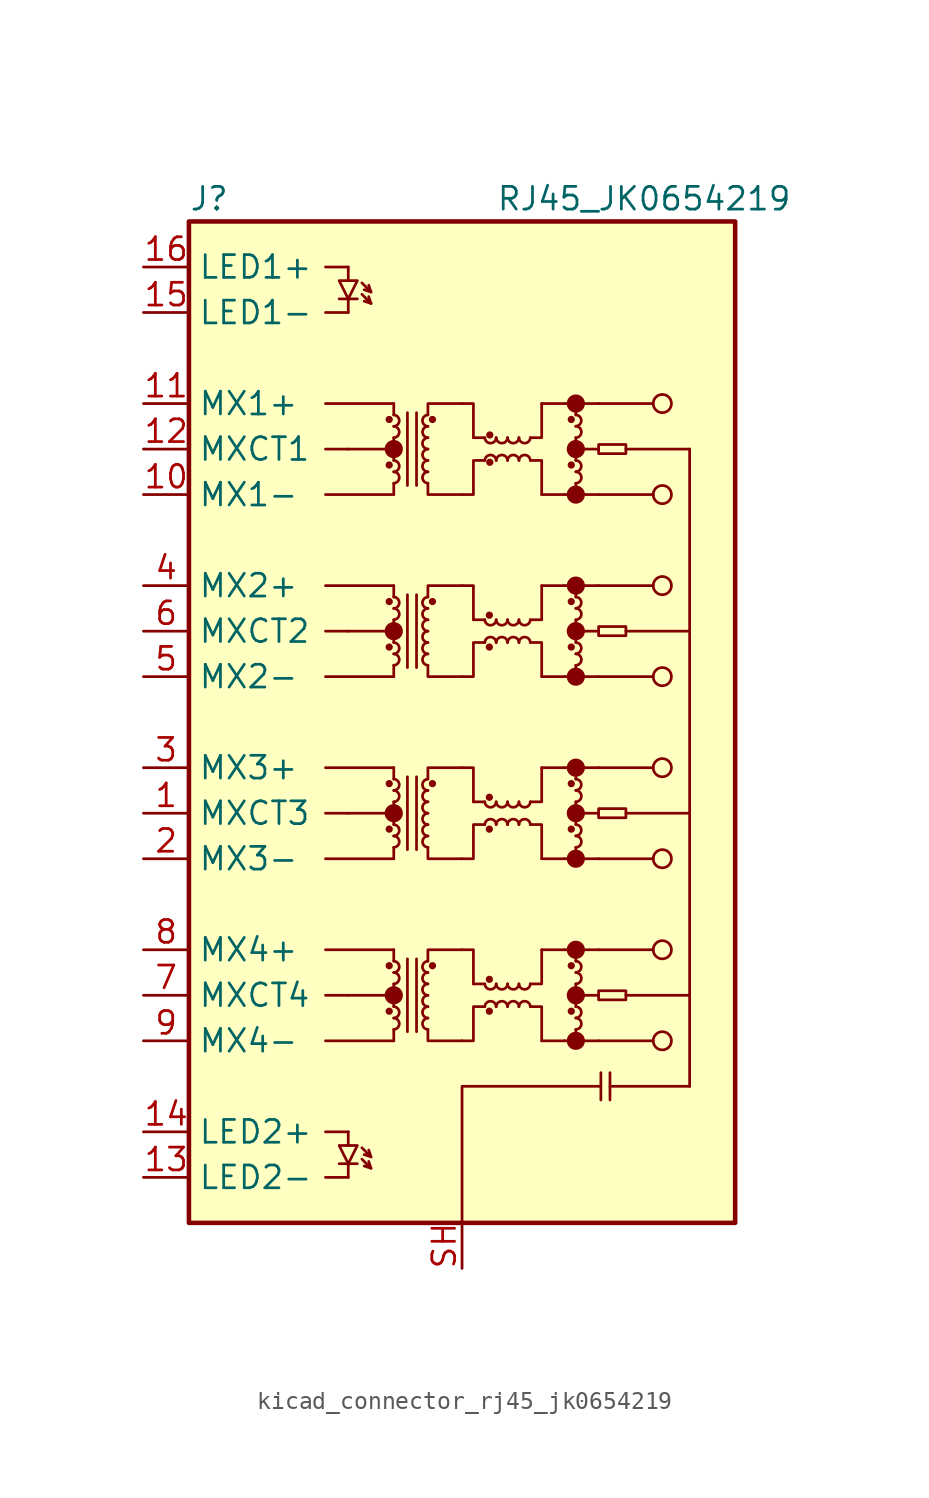
<source format=kicad_sym>
(kicad_symbol_lib
  (version 20220914)
  (generator kicad_symbol_editor)
  (symbol "kicad_connector_rj45_jk0654219"
    (property "Reference" "J"
      (at -15.24 29.21 0)
      (effects (font (size 1.27 1.27)) (justify left)))
    (property "Value" "RJ45_JK0654219"
      (at 10.16 29.21 0)
      (effects (font (size 1.27 1.27))))
    (symbol "kicad_connector_rj45_jk0654219_0_0"
      (circle (center -3.81 -15.24) (radius 0.0001) (stroke (width 0.508) (type default)) (fill (type none)))
      (circle (center -3.81 -5.08) (radius 0.0001) (stroke (width 0.508) (type default)) (fill (type none)))
      (circle (center -3.81 5.08) (radius 0.0001) (stroke (width 0.508) (type default)) (fill (type none)))
      (circle (center -3.81 15.24) (radius 0.0001) (stroke (width 0.508) (type default)) (fill (type none)))
      (circle (center 6.35 -17.78) (radius 0.0001) (stroke (width 0.508) (type default)) (fill (type none)))
      (circle (center 6.35 -15.24) (radius 0.0001) (stroke (width 0.508) (type default)) (fill (type none)))
      (circle (center 6.35 -12.7) (radius 0.0001) (stroke (width 0.508) (type default)) (fill (type none)))
      (circle (center 6.35 -7.62) (radius 0.0001) (stroke (width 0.508) (type default)) (fill (type none)))
      (circle (center 6.35 -5.08) (radius 0.0001) (stroke (width 0.508) (type default)) (fill (type none)))
      (circle (center 6.35 -2.54) (radius 0.0001) (stroke (width 0.508) (type default)) (fill (type none)))
      (circle (center 6.35 2.54) (radius 0.0001) (stroke (width 0.508) (type default)) (fill (type none)))
      (circle (center 6.35 5.08) (radius 0.0001) (stroke (width 0.508) (type default)) (fill (type none)))
      (circle (center 6.35 7.62) (radius 0.0001) (stroke (width 0.508) (type default)) (fill (type none)))
      (circle (center 6.35 12.7) (radius 0.0001) (stroke (width 0.508) (type default)) (fill (type none)))
      (circle (center 6.35 15.24) (radius 0.0001) (stroke (width 0.508) (type default)) (fill (type none)))
      (circle (center 6.35 17.78) (radius 0.0001) (stroke (width 0.508) (type default)) (fill (type none))))
    (symbol "kicad_connector_rj45_jk0654219_0_1"
      (rectangle (start -15.24 27.94) (end 15.24 -27.94) (stroke (width 0.254) (type default)) (fill (type background)))
      (circle (center -4.064 -16.129) (radius 0.127) (stroke (width 0) (type default)) (fill (type outline)))
      (circle (center -4.064 -13.589) (radius 0.127) (stroke (width 0) (type default)) (fill (type outline)))
      (circle (center -4.064 -5.969) (radius 0.127) (stroke (width 0) (type default)) (fill (type outline)))
      (circle (center -4.064 -3.429) (radius 0.127) (stroke (width 0) (type default)) (fill (type outline)))
      (circle (center -4.064 4.191) (radius 0.127) (stroke (width 0) (type default)) (fill (type outline)))
      (circle (center -4.064 6.731) (radius 0.127) (stroke (width 0) (type default)) (fill (type outline)))
      (circle (center -4.064 14.351) (radius 0.127) (stroke (width 0) (type default)) (fill (type outline)))
      (circle (center -4.064 16.891) (radius 0.127) (stroke (width 0) (type default)) (fill (type outline)))
      (arc (start -3.81 -17.145) (mid -3.5052 -16.8402) (end -3.81 -16.51) (stroke (width 0) (type default)) (fill (type none)))
      (arc (start -3.81 -16.51) (mid -3.5052 -16.2052) (end -3.81 -15.875) (stroke (width 0) (type default)) (fill (type none)))
      (arc (start -3.81 -14.605) (mid -3.5052 -14.3002) (end -3.81 -13.97) (stroke (width 0) (type default)) (fill (type none)))
      (arc (start -3.81 -13.97) (mid -3.5052 -13.6652) (end -3.81 -13.335) (stroke (width 0) (type default)) (fill (type none)))
      (arc (start -3.81 -6.985) (mid -3.5052 -6.6802) (end -3.81 -6.35) (stroke (width 0) (type default)) (fill (type none)))
      (arc (start -3.81 -6.35) (mid -3.5052 -6.0452) (end -3.81 -5.715) (stroke (width 0) (type default)) (fill (type none)))
      (arc (start -3.81 -4.445) (mid -3.5052 -4.1402) (end -3.81 -3.81) (stroke (width 0) (type default)) (fill (type none)))
      (arc (start -3.81 -3.81) (mid -3.5052 -3.5052) (end -3.81 -3.175) (stroke (width 0) (type default)) (fill (type none)))
      (arc (start -3.81 3.175) (mid -3.5052 3.4798) (end -3.81 3.81) (stroke (width 0) (type default)) (fill (type none)))
      (arc (start -3.81 3.81) (mid -3.5052 4.1148) (end -3.81 4.445) (stroke (width 0) (type default)) (fill (type none)))
      (arc (start -3.81 5.715) (mid -3.5052 6.0198) (end -3.81 6.35) (stroke (width 0) (type default)) (fill (type none)))
      (arc (start -3.81 6.35) (mid -3.5052 6.6548) (end -3.81 6.985) (stroke (width 0) (type default)) (fill (type none)))
      (arc (start -3.81 13.335) (mid -3.5052 13.6398) (end -3.81 13.97) (stroke (width 0) (type default)) (fill (type none)))
      (arc (start -3.81 13.97) (mid -3.5052 14.2748) (end -3.81 14.605) (stroke (width 0) (type default)) (fill (type none)))
      (arc (start -3.81 15.875) (mid -3.5052 16.1798) (end -3.81 16.51) (stroke (width 0) (type default)) (fill (type none)))
      (arc (start -3.81 16.51) (mid -3.5052 16.8148) (end -3.81 17.145) (stroke (width 0) (type default)) (fill (type none)))
      (arc (start -1.905 -16.51) (mid -2.2098 -16.8148) (end -1.905 -17.145) (stroke (width 0) (type default)) (fill (type none)))
      (arc (start -1.905 -15.875) (mid -2.2098 -16.1798) (end -1.905 -16.51) (stroke (width 0) (type default)) (fill (type none)))
      (arc (start -1.905 -15.24) (mid -2.2098 -15.5448) (end -1.905 -15.875) (stroke (width 0) (type default)) (fill (type none)))
      (arc (start -1.905 -14.605) (mid -2.2098 -14.9098) (end -1.905 -15.24) (stroke (width 0) (type default)) (fill (type none)))
      (arc (start -1.905 -13.97) (mid -2.2098 -14.2748) (end -1.905 -14.605) (stroke (width 0) (type default)) (fill (type none)))
      (arc (start -1.905 -13.335) (mid -2.2098 -13.6398) (end -1.905 -13.97) (stroke (width 0) (type default)) (fill (type none)))
      (arc (start -1.905 -6.35) (mid -2.2098 -6.6548) (end -1.905 -6.985) (stroke (width 0) (type default)) (fill (type none)))
      (arc (start -1.905 -5.715) (mid -2.2098 -6.0198) (end -1.905 -6.35) (stroke (width 0) (type default)) (fill (type none)))
      (arc (start -1.905 -5.08) (mid -2.2098 -5.3848) (end -1.905 -5.715) (stroke (width 0) (type default)) (fill (type none)))
      (arc (start -1.905 -4.445) (mid -2.2098 -4.7498) (end -1.905 -5.08) (stroke (width 0) (type default)) (fill (type none)))
      (arc (start -1.905 -3.81) (mid -2.2098 -4.1148) (end -1.905 -4.445) (stroke (width 0) (type default)) (fill (type none)))
      (arc (start -1.905 -3.175) (mid -2.2098 -3.4798) (end -1.905 -3.81) (stroke (width 0) (type default)) (fill (type none)))
      (arc (start -1.905 3.81) (mid -2.2098 3.5052) (end -1.905 3.175) (stroke (width 0) (type default)) (fill (type none)))
      (arc (start -1.905 4.445) (mid -2.2098 4.1402) (end -1.905 3.81) (stroke (width 0) (type default)) (fill (type none)))
      (arc (start -1.905 5.08) (mid -2.2098 4.7752) (end -1.905 4.445) (stroke (width 0) (type default)) (fill (type none)))
      (arc (start -1.905 5.715) (mid -2.2098 5.4102) (end -1.905 5.08) (stroke (width 0) (type default)) (fill (type none)))
      (arc (start -1.905 6.35) (mid -2.2098 6.0452) (end -1.905 5.715) (stroke (width 0) (type default)) (fill (type none)))
      (arc (start -1.905 6.985) (mid -2.2098 6.6802) (end -1.905 6.35) (stroke (width 0) (type default)) (fill (type none)))
      (arc (start -1.905 13.97) (mid -2.2098 13.6652) (end -1.905 13.335) (stroke (width 0) (type default)) (fill (type none)))
      (arc (start -1.905 14.605) (mid -2.2098 14.3002) (end -1.905 13.97) (stroke (width 0) (type default)) (fill (type none)))
      (arc (start -1.905 15.24) (mid -2.2098 14.9352) (end -1.905 14.605) (stroke (width 0) (type default)) (fill (type none)))
      (arc (start -1.905 15.875) (mid -2.2098 15.5702) (end -1.905 15.24) (stroke (width 0) (type default)) (fill (type none)))
      (arc (start -1.905 16.51) (mid -2.2098 16.2052) (end -1.905 15.875) (stroke (width 0) (type default)) (fill (type none)))
      (arc (start -1.905 17.145) (mid -2.2098 16.8402) (end -1.905 16.51) (stroke (width 0) (type default)) (fill (type none)))
      (circle (center -1.651 -13.589) (radius 0.127) (stroke (width 0) (type default)) (fill (type outline)))
      (circle (center -1.651 -3.429) (radius 0.127) (stroke (width 0) (type default)) (fill (type outline)))
      (circle (center -1.651 6.731) (radius 0.127) (stroke (width 0) (type default)) (fill (type outline)))
      (circle (center -1.651 16.891) (radius 0.127) (stroke (width 0) (type default)) (fill (type outline)))
      (polyline (pts (xy -7.62 -17.78) (xy -3.81 -17.78)) (stroke (width 0) (type default)) (fill (type none)))
      (polyline (pts (xy -7.62 -15.24) (xy -6.35 -15.24)) (stroke (width 0) (type default)) (fill (type none)))
      (polyline (pts (xy -7.62 -12.7) (xy -3.81 -12.7)) (stroke (width 0) (type default)) (fill (type none)))
      (polyline (pts (xy -7.62 -7.62) (xy -3.81 -7.62)) (stroke (width 0) (type default)) (fill (type none)))
      (polyline (pts (xy -7.62 -5.08) (xy -6.35 -5.08)) (stroke (width 0) (type default)) (fill (type none)))
      (polyline (pts (xy -7.62 -2.54) (xy -3.81 -2.54)) (stroke (width 0) (type default)) (fill (type none)))
      (polyline (pts (xy -7.62 2.54) (xy -3.81 2.54)) (stroke (width 0) (type default)) (fill (type none)))
      (polyline (pts (xy -7.62 5.08) (xy -6.35 5.08)) (stroke (width 0) (type default)) (fill (type none)))
      (polyline (pts (xy -7.62 7.62) (xy -3.81 7.62)) (stroke (width 0) (type default)) (fill (type none)))
      (polyline (pts (xy -7.62 12.7) (xy -3.81 12.7)) (stroke (width 0) (type default)) (fill (type none)))
      (polyline (pts (xy -7.62 15.24) (xy -6.35 15.24)) (stroke (width 0) (type default)) (fill (type none)))
      (polyline (pts (xy -7.62 17.78) (xy -3.81 17.78)) (stroke (width 0) (type default)) (fill (type none)))
      (polyline (pts (xy -6.35 -15.24) (xy -3.81 -15.24)) (stroke (width 0) (type default)) (fill (type none)))
      (polyline (pts (xy -6.35 -5.08) (xy -3.81 -5.08)) (stroke (width 0) (type default)) (fill (type none)))
      (polyline (pts (xy -6.35 5.08) (xy -3.81 5.08)) (stroke (width 0) (type default)) (fill (type none)))
      (polyline (pts (xy -6.35 15.24) (xy -3.81 15.24)) (stroke (width 0) (type default)) (fill (type none)))
      (polyline (pts (xy -3.81 -17.78) (xy -3.81 -17.145)) (stroke (width 0) (type default)) (fill (type none)))
      (polyline (pts (xy -3.81 -15.24) (xy -3.81 -15.875)) (stroke (width 0) (type default)) (fill (type none)))
      (polyline (pts (xy -3.81 -15.24) (xy -3.81 -14.605)) (stroke (width 0) (type default)) (fill (type none)))
      (polyline (pts (xy -3.81 -12.7) (xy -3.81 -13.335)) (stroke (width 0) (type default)) (fill (type none)))
      (polyline (pts (xy -3.81 -7.62) (xy -3.81 -6.985)) (stroke (width 0) (type default)) (fill (type none)))
      (polyline (pts (xy -3.81 -5.08) (xy -3.81 -5.715)) (stroke (width 0) (type default)) (fill (type none)))
      (polyline (pts (xy -3.81 -5.08) (xy -3.81 -4.445)) (stroke (width 0) (type default)) (fill (type none)))
      (polyline (pts (xy -3.81 -2.54) (xy -3.81 -3.175)) (stroke (width 0) (type default)) (fill (type none)))
      (polyline (pts (xy -3.81 2.54) (xy -3.81 3.175)) (stroke (width 0) (type default)) (fill (type none)))
      (polyline (pts (xy -3.81 5.08) (xy -3.81 4.445)) (stroke (width 0) (type default)) (fill (type none)))
      (polyline (pts (xy -3.81 5.08) (xy -3.81 5.715)) (stroke (width 0) (type default)) (fill (type none)))
      (polyline (pts (xy -3.81 7.62) (xy -3.81 6.985)) (stroke (width 0) (type default)) (fill (type none)))
      (polyline (pts (xy -3.81 12.7) (xy -3.81 13.335)) (stroke (width 0) (type default)) (fill (type none)))
      (polyline (pts (xy -3.81 15.24) (xy -3.81 14.605)) (stroke (width 0) (type default)) (fill (type none)))
      (polyline (pts (xy -3.81 15.24) (xy -3.81 15.875)) (stroke (width 0) (type default)) (fill (type none)))
      (polyline (pts (xy -3.81 17.78) (xy -3.81 17.145)) (stroke (width 0) (type default)) (fill (type none)))
      (polyline (pts (xy -3.048 -17.272) (xy -3.048 -13.208)) (stroke (width 0) (type default)) (fill (type none)))
      (polyline (pts (xy -3.048 -7.112) (xy -3.048 -3.048)) (stroke (width 0) (type default)) (fill (type none)))
      (polyline (pts (xy -3.048 3.048) (xy -3.048 7.112)) (stroke (width 0) (type default)) (fill (type none)))
      (polyline (pts (xy -3.048 13.208) (xy -3.048 17.272)) (stroke (width 0) (type default)) (fill (type none)))
      (polyline (pts (xy -2.54 -17.272) (xy -2.54 -13.208)) (stroke (width 0) (type default)) (fill (type none)))
      (polyline (pts (xy -2.54 -7.112) (xy -2.54 -3.048)) (stroke (width 0) (type default)) (fill (type none)))
      (polyline (pts (xy -2.54 3.048) (xy -2.54 7.112)) (stroke (width 0) (type default)) (fill (type none)))
      (polyline (pts (xy -2.54 13.208) (xy -2.54 17.272)) (stroke (width 0) (type default)) (fill (type none)))
      (polyline (pts (xy 0.635 -14.605) (xy 1.27 -14.605)) (stroke (width 0) (type default)) (fill (type none)))
      (polyline (pts (xy 0.635 -4.445) (xy 1.27 -4.445)) (stroke (width 0) (type default)) (fill (type none)))
      (polyline (pts (xy 0.635 5.715) (xy 1.27 5.715)) (stroke (width 0) (type default)) (fill (type none)))
      (polyline (pts (xy 0.635 15.875) (xy 1.27 15.875)) (stroke (width 0) (type default)) (fill (type none)))
      (polyline (pts (xy 4.445 -17.78) (xy 5.715 -17.78)) (stroke (width 0) (type default)) (fill (type none)))
      (polyline (pts (xy 4.445 -12.7) (xy 5.715 -12.7)) (stroke (width 0) (type default)) (fill (type none)))
      (polyline (pts (xy 4.445 -7.62) (xy 5.715 -7.62)) (stroke (width 0) (type default)) (fill (type none)))
      (polyline (pts (xy 4.445 -2.54) (xy 5.715 -2.54)) (stroke (width 0) (type default)) (fill (type none)))
      (polyline (pts (xy 4.445 2.54) (xy 5.715 2.54)) (stroke (width 0) (type default)) (fill (type none)))
      (polyline (pts (xy 4.445 7.62) (xy 5.715 7.62)) (stroke (width 0) (type default)) (fill (type none)))
      (polyline (pts (xy 4.445 12.7) (xy 5.715 12.7)) (stroke (width 0) (type default)) (fill (type none)))
      (polyline (pts (xy 4.445 17.78) (xy 5.715 17.78)) (stroke (width 0) (type default)) (fill (type none)))
      (polyline (pts (xy 6.35 -15.24) (xy 6.35 -15.875)) (stroke (width 0) (type default)) (fill (type none)))
      (polyline (pts (xy 6.35 -15.24) (xy 6.35 -14.605)) (stroke (width 0) (type default)) (fill (type none)))
      (polyline (pts (xy 6.35 -5.08) (xy 6.35 -5.715)) (stroke (width 0) (type default)) (fill (type none)))
      (polyline (pts (xy 6.35 -5.08) (xy 6.35 -4.445)) (stroke (width 0) (type default)) (fill (type none)))
      (polyline (pts (xy 6.35 5.08) (xy 6.35 4.445)) (stroke (width 0) (type default)) (fill (type none)))
      (polyline (pts (xy 6.35 5.08) (xy 6.35 5.715)) (stroke (width 0) (type default)) (fill (type none)))
      (polyline (pts (xy 6.35 15.24) (xy 6.35 14.605)) (stroke (width 0) (type default)) (fill (type none)))
      (polyline (pts (xy 6.35 15.24) (xy 6.35 15.875)) (stroke (width 0) (type default)) (fill (type none)))
      (polyline (pts (xy 7.62 -17.78) (xy 6.35 -17.78)) (stroke (width 0) (type default)) (fill (type none)))
      (polyline (pts (xy 7.62 -17.78) (xy 10.668 -17.78)) (stroke (width 0) (type default)) (fill (type none)))
      (polyline (pts (xy 7.62 -15.24) (xy 6.35 -15.24)) (stroke (width 0) (type default)) (fill (type none)))
      (polyline (pts (xy 7.62 -12.7) (xy 6.35 -12.7)) (stroke (width 0) (type default)) (fill (type none)))
      (polyline (pts (xy 7.62 -12.7) (xy 10.668 -12.7)) (stroke (width 0) (type default)) (fill (type none)))
      (polyline (pts (xy 7.62 -7.62) (xy 6.35 -7.62)) (stroke (width 0) (type default)) (fill (type none)))
      (polyline (pts (xy 7.62 -7.62) (xy 10.668 -7.62)) (stroke (width 0) (type default)) (fill (type none)))
      (polyline (pts (xy 7.62 -5.08) (xy 6.35 -5.08)) (stroke (width 0) (type default)) (fill (type none)))
      (polyline (pts (xy 7.62 -2.54) (xy 6.35 -2.54)) (stroke (width 0) (type default)) (fill (type none)))
      (polyline (pts (xy 7.62 -2.54) (xy 10.668 -2.54)) (stroke (width 0) (type default)) (fill (type none)))
      (polyline (pts (xy 7.62 2.54) (xy 6.35 2.54)) (stroke (width 0) (type default)) (fill (type none)))
      (polyline (pts (xy 7.62 2.54) (xy 10.668 2.54)) (stroke (width 0) (type default)) (fill (type none)))
      (polyline (pts (xy 7.62 5.08) (xy 6.35 5.08)) (stroke (width 0) (type default)) (fill (type none)))
      (polyline (pts (xy 7.62 7.62) (xy 6.35 7.62)) (stroke (width 0) (type default)) (fill (type none)))
      (polyline (pts (xy 7.62 7.62) (xy 10.668 7.62)) (stroke (width 0) (type default)) (fill (type none)))
      (polyline (pts (xy 7.62 12.7) (xy 6.35 12.7)) (stroke (width 0) (type default)) (fill (type none)))
      (polyline (pts (xy 7.62 12.7) (xy 10.668 12.7)) (stroke (width 0) (type default)) (fill (type none)))
      (polyline (pts (xy 7.62 15.24) (xy 6.35 15.24)) (stroke (width 0) (type default)) (fill (type none)))
      (polyline (pts (xy 7.62 17.78) (xy 6.35 17.78)) (stroke (width 0) (type default)) (fill (type none)))
      (polyline (pts (xy 7.62 17.78) (xy 10.668 17.78)) (stroke (width 0) (type default)) (fill (type none)))
      (polyline (pts (xy 7.747 -19.558) (xy 7.747 -21.082)) (stroke (width 0.152) (type default)) (fill (type none)))
      (polyline (pts (xy 8.255 -20.32) (xy 12.7 -20.32)) (stroke (width 0) (type default)) (fill (type none)))
      (polyline (pts (xy 8.255 -19.558) (xy 8.255 -21.082)) (stroke (width 0.152) (type default)) (fill (type none)))
      (polyline (pts (xy 9.144 -15.24) (xy 12.7 -15.24)) (stroke (width 0) (type default)) (fill (type none)))
      (polyline (pts (xy 9.144 -5.08) (xy 12.7 -5.08)) (stroke (width 0) (type default)) (fill (type none)))
      (polyline (pts (xy 9.144 5.08) (xy 12.7 5.08)) (stroke (width 0) (type default)) (fill (type none)))
      (polyline (pts (xy 12.7 -20.32) (xy 12.7 15.24)) (stroke (width 0) (type default)) (fill (type none)))
      (polyline (pts (xy 12.7 15.24) (xy 9.144 15.24)) (stroke (width 0) (type default)) (fill (type none)))
      (polyline (pts (xy -1.905 -17.145) (xy -1.905 -17.78) (xy 0 -17.78)) (stroke (width 0) (type default)) (fill (type none)))
      (polyline (pts (xy -1.905 -13.335) (xy -1.905 -12.7) (xy 0 -12.7)) (stroke (width 0) (type default)) (fill (type none)))
      (polyline (pts (xy -1.905 -6.985) (xy -1.905 -7.62) (xy 0 -7.62)) (stroke (width 0) (type default)) (fill (type none)))
      (polyline (pts (xy -1.905 -3.175) (xy -1.905 -2.54) (xy 0 -2.54)) (stroke (width 0) (type default)) (fill (type none)))
      (polyline (pts (xy -1.905 3.175) (xy -1.905 2.54) (xy 0 2.54)) (stroke (width 0) (type default)) (fill (type none)))
      (polyline (pts (xy -1.905 6.985) (xy -1.905 7.62) (xy 0 7.62)) (stroke (width 0) (type default)) (fill (type none)))
      (polyline (pts (xy -1.905 13.335) (xy -1.905 12.7) (xy 0 12.7)) (stroke (width 0) (type default)) (fill (type none)))
      (polyline (pts (xy -1.905 17.145) (xy -1.905 17.78) (xy 0 17.78)) (stroke (width 0) (type default)) (fill (type none)))
      (polyline (pts (xy 0 -12.7) (xy 0.635 -12.7) (xy 0.635 -14.605)) (stroke (width 0) (type default)) (fill (type none)))
      (polyline (pts (xy 0 -2.54) (xy 0.635 -2.54) (xy 0.635 -4.445)) (stroke (width 0) (type default)) (fill (type none)))
      (polyline (pts (xy 0 7.62) (xy 0.635 7.62) (xy 0.635 5.715)) (stroke (width 0) (type default)) (fill (type none)))
      (polyline (pts (xy 0 17.78) (xy 0.635 17.78) (xy 0.635 15.875)) (stroke (width 0) (type default)) (fill (type none)))
      (polyline (pts (xy 3.81 -15.875) (xy 4.445 -15.875) (xy 4.445 -17.78)) (stroke (width 0) (type default)) (fill (type none)))
      (polyline (pts (xy 3.81 -14.605) (xy 4.445 -14.605) (xy 4.445 -12.7)) (stroke (width 0) (type default)) (fill (type none)))
      (polyline (pts (xy 3.81 -5.715) (xy 4.445 -5.715) (xy 4.445 -7.62)) (stroke (width 0) (type default)) (fill (type none)))
      (polyline (pts (xy 3.81 -4.445) (xy 4.445 -4.445) (xy 4.445 -2.54)) (stroke (width 0) (type default)) (fill (type none)))
      (polyline (pts (xy 3.81 4.445) (xy 4.445 4.445) (xy 4.445 2.54)) (stroke (width 0) (type default)) (fill (type none)))
      (polyline (pts (xy 3.81 5.715) (xy 4.445 5.715) (xy 4.445 7.62)) (stroke (width 0) (type default)) (fill (type none)))
      (polyline (pts (xy 3.81 14.605) (xy 4.445 14.605) (xy 4.445 12.7)) (stroke (width 0) (type default)) (fill (type none)))
      (polyline (pts (xy 3.81 15.875) (xy 4.445 15.875) (xy 4.445 17.78)) (stroke (width 0) (type default)) (fill (type none)))
      (polyline (pts (xy 5.715 -17.78) (xy 6.35 -17.78) (xy 6.35 -17.145)) (stroke (width 0) (type default)) (fill (type none)))
      (polyline (pts (xy 5.715 -12.7) (xy 6.35 -12.7) (xy 6.35 -13.335)) (stroke (width 0) (type default)) (fill (type none)))
      (polyline (pts (xy 5.715 -7.62) (xy 6.35 -7.62) (xy 6.35 -6.985)) (stroke (width 0) (type default)) (fill (type none)))
      (polyline (pts (xy 5.715 -2.54) (xy 6.35 -2.54) (xy 6.35 -3.175)) (stroke (width 0) (type default)) (fill (type none)))
      (polyline (pts (xy 5.715 2.54) (xy 6.35 2.54) (xy 6.35 3.175)) (stroke (width 0) (type default)) (fill (type none)))
      (polyline (pts (xy 5.715 7.62) (xy 6.35 7.62) (xy 6.35 6.985)) (stroke (width 0) (type default)) (fill (type none)))
      (polyline (pts (xy 5.715 12.7) (xy 6.35 12.7) (xy 6.35 13.335)) (stroke (width 0) (type default)) (fill (type none)))
      (polyline (pts (xy 5.715 17.78) (xy 6.35 17.78) (xy 6.35 17.145)) (stroke (width 0) (type default)) (fill (type none)))
      (polyline (pts (xy 7.747 -20.32) (xy 0 -20.32) (xy 0 -27.94)) (stroke (width 0) (type default)) (fill (type none)))
      (polyline (pts (xy 0 -17.78) (xy 0.635 -17.78) (xy 0.635 -15.875) (xy 1.27 -15.875)) (stroke (width 0) (type default)) (fill (type none)))
      (polyline (pts (xy 0 -7.62) (xy 0.635 -7.62) (xy 0.635 -5.715) (xy 1.27 -5.715)) (stroke (width 0) (type default)) (fill (type none)))
      (polyline (pts (xy 0 2.54) (xy 0.635 2.54) (xy 0.635 4.445) (xy 1.27 4.445)) (stroke (width 0) (type default)) (fill (type none)))
      (polyline (pts (xy 0 12.7) (xy 0.635 12.7) (xy 0.635 14.605) (xy 1.27 14.605)) (stroke (width 0) (type default)) (fill (type none)))
      (arc (start 1.27 -14.605) (mid 1.5748 -14.9098) (end 1.905 -14.605) (stroke (width 0) (type default)) (fill (type none)))
      (arc (start 1.27 -4.445) (mid 1.5748 -4.7498) (end 1.905 -4.445) (stroke (width 0) (type default)) (fill (type none)))
      (arc (start 1.27 5.715) (mid 1.5748 5.4102) (end 1.905 5.715) (stroke (width 0) (type default)) (fill (type none)))
      (arc (start 1.27 15.875) (mid 1.5748 15.5702) (end 1.905 15.875) (stroke (width 0) (type default)) (fill (type none)))
      (circle (center 1.524 -16.129) (radius 0.127) (stroke (width 0) (type default)) (fill (type outline)))
      (circle (center 1.524 -14.351) (radius 0.127) (stroke (width 0) (type default)) (fill (type outline)))
      (circle (center 1.524 -5.969) (radius 0.127) (stroke (width 0) (type default)) (fill (type outline)))
      (circle (center 1.524 -4.191) (radius 0.127) (stroke (width 0) (type default)) (fill (type outline)))
      (circle (center 1.524 4.191) (radius 0.127) (stroke (width 0) (type default)) (fill (type outline)))
      (circle (center 1.524 5.969) (radius 0.127) (stroke (width 0) (type default)) (fill (type outline)))
      (circle (center 1.549 14.503) (radius 0.127) (stroke (width 0) (type default)) (fill (type outline)))
      (circle (center 1.549 16.027) (radius 0.127) (stroke (width 0) (type default)) (fill (type outline)))
      (arc (start 1.905 -15.875) (mid 1.6002 -15.5702) (end 1.27 -15.875) (stroke (width 0) (type default)) (fill (type none)))
      (arc (start 1.905 -14.605) (mid 2.2098 -14.9098) (end 2.54 -14.605) (stroke (width 0) (type default)) (fill (type none)))
      (arc (start 1.905 -5.715) (mid 1.6002 -5.4102) (end 1.27 -5.715) (stroke (width 0) (type default)) (fill (type none)))
      (arc (start 1.905 -4.445) (mid 2.2098 -4.7498) (end 2.54 -4.445) (stroke (width 0) (type default)) (fill (type none)))
      (arc (start 1.905 4.445) (mid 1.6002 4.7498) (end 1.27 4.445) (stroke (width 0) (type default)) (fill (type none)))
      (arc (start 1.905 5.715) (mid 2.2098 5.4102) (end 2.54 5.715) (stroke (width 0) (type default)) (fill (type none)))
      (arc (start 1.905 14.605) (mid 1.6002 14.9098) (end 1.27 14.605) (stroke (width 0) (type default)) (fill (type none)))
      (arc (start 1.905 15.875) (mid 2.2098 15.5702) (end 2.54 15.875) (stroke (width 0) (type default)) (fill (type none)))
      (arc (start 2.54 -15.875) (mid 2.2352 -15.5702) (end 1.905 -15.875) (stroke (width 0) (type default)) (fill (type none)))
      (arc (start 2.54 -14.605) (mid 2.8448 -14.9098) (end 3.175 -14.605) (stroke (width 0) (type default)) (fill (type none)))
      (arc (start 2.54 -5.715) (mid 2.2352 -5.4102) (end 1.905 -5.715) (stroke (width 0) (type default)) (fill (type none)))
      (arc (start 2.54 -4.445) (mid 2.8448 -4.7498) (end 3.175 -4.445) (stroke (width 0) (type default)) (fill (type none)))
      (arc (start 2.54 4.445) (mid 2.2352 4.7498) (end 1.905 4.445) (stroke (width 0) (type default)) (fill (type none)))
      (arc (start 2.54 5.715) (mid 2.8448 5.4102) (end 3.175 5.715) (stroke (width 0) (type default)) (fill (type none)))
      (arc (start 2.54 14.605) (mid 2.2352 14.9098) (end 1.905 14.605) (stroke (width 0) (type default)) (fill (type none)))
      (arc (start 2.54 15.875) (mid 2.8448 15.5702) (end 3.175 15.875) (stroke (width 0) (type default)) (fill (type none)))
      (arc (start 3.175 -15.875) (mid 2.8702 -15.5702) (end 2.54 -15.875) (stroke (width 0) (type default)) (fill (type none)))
      (arc (start 3.175 -14.605) (mid 3.4798 -14.9098) (end 3.81 -14.605) (stroke (width 0) (type default)) (fill (type none)))
      (arc (start 3.175 -5.715) (mid 2.8702 -5.4102) (end 2.54 -5.715) (stroke (width 0) (type default)) (fill (type none)))
      (arc (start 3.175 -4.445) (mid 3.4798 -4.7498) (end 3.81 -4.445) (stroke (width 0) (type default)) (fill (type none)))
      (arc (start 3.175 4.445) (mid 2.8702 4.7498) (end 2.54 4.445) (stroke (width 0) (type default)) (fill (type none)))
      (arc (start 3.175 5.715) (mid 3.4798 5.4102) (end 3.81 5.715) (stroke (width 0) (type default)) (fill (type none)))
      (arc (start 3.175 14.605) (mid 2.8702 14.9098) (end 2.54 14.605) (stroke (width 0) (type default)) (fill (type none)))
      (arc (start 3.175 15.875) (mid 3.4798 15.5702) (end 3.81 15.875) (stroke (width 0) (type default)) (fill (type none)))
      (arc (start 3.81 -15.875) (mid 3.5052 -15.5702) (end 3.175 -15.875) (stroke (width 0) (type default)) (fill (type none)))
      (arc (start 3.81 -5.715) (mid 3.5052 -5.4102) (end 3.175 -5.715) (stroke (width 0) (type default)) (fill (type none)))
      (arc (start 3.81 4.445) (mid 3.5052 4.7498) (end 3.175 4.445) (stroke (width 0) (type default)) (fill (type none)))
      (arc (start 3.81 14.605) (mid 3.5052 14.9098) (end 3.175 14.605) (stroke (width 0) (type default)) (fill (type none)))
      (circle (center 6.096 -16.129) (radius 0.127) (stroke (width 0) (type default)) (fill (type outline)))
      (circle (center 6.096 -13.589) (radius 0.127) (stroke (width 0) (type default)) (fill (type outline)))
      (circle (center 6.096 -5.969) (radius 0.127) (stroke (width 0) (type default)) (fill (type outline)))
      (circle (center 6.096 -3.429) (radius 0.127) (stroke (width 0) (type default)) (fill (type outline)))
      (circle (center 6.096 4.191) (radius 0.127) (stroke (width 0) (type default)) (fill (type outline)))
      (circle (center 6.096 6.731) (radius 0.127) (stroke (width 0) (type default)) (fill (type outline)))
      (circle (center 6.096 14.351) (radius 0.127) (stroke (width 0) (type default)) (fill (type outline)))
      (circle (center 6.096 16.891) (radius 0.127) (stroke (width 0) (type default)) (fill (type outline)))
      (arc (start 6.35 -17.145) (mid 6.6548 -16.8275) (end 6.35 -16.51) (stroke (width 0) (type default)) (fill (type none)))
      (arc (start 6.35 -16.51) (mid 6.6548 -16.1925) (end 6.35 -15.875) (stroke (width 0) (type default)) (fill (type none)))
      (arc (start 6.35 -14.605) (mid 6.6548 -14.2875) (end 6.35 -13.97) (stroke (width 0) (type default)) (fill (type none)))
      (arc (start 6.35 -13.97) (mid 6.6548 -13.6525) (end 6.35 -13.335) (stroke (width 0) (type default)) (fill (type none)))
      (arc (start 6.35 -6.985) (mid 6.6548 -6.6675) (end 6.35 -6.35) (stroke (width 0) (type default)) (fill (type none)))
      (arc (start 6.35 -6.35) (mid 6.6548 -6.0325) (end 6.35 -5.715) (stroke (width 0) (type default)) (fill (type none)))
      (arc (start 6.35 -4.445) (mid 6.6548 -4.1275) (end 6.35 -3.81) (stroke (width 0) (type default)) (fill (type none)))
      (arc (start 6.35 -3.81) (mid 6.6548 -3.4925) (end 6.35 -3.175) (stroke (width 0) (type default)) (fill (type none)))
      (arc (start 6.35 3.175) (mid 6.6548 3.4925) (end 6.35 3.81) (stroke (width 0) (type default)) (fill (type none)))
      (arc (start 6.35 3.81) (mid 6.6548 4.1275) (end 6.35 4.445) (stroke (width 0) (type default)) (fill (type none)))
      (arc (start 6.35 5.715) (mid 6.6548 6.0325) (end 6.35 6.35) (stroke (width 0) (type default)) (fill (type none)))
      (arc (start 6.35 6.35) (mid 6.6548 6.6675) (end 6.35 6.985) (stroke (width 0) (type default)) (fill (type none)))
      (arc (start 6.35 13.335) (mid 6.6548 13.6525) (end 6.35 13.97) (stroke (width 0) (type default)) (fill (type none)))
      (arc (start 6.35 13.97) (mid 6.6548 14.2875) (end 6.35 14.605) (stroke (width 0) (type default)) (fill (type none)))
      (arc (start 6.35 15.875) (mid 6.6548 16.1925) (end 6.35 16.51) (stroke (width 0) (type default)) (fill (type none)))
      (arc (start 6.35 16.51) (mid 6.6548 16.8275) (end 6.35 17.145) (stroke (width 0) (type default)) (fill (type none)))
      (rectangle (start 7.62 -14.986) (end 9.144 -15.494) (stroke (width 0) (type default)) (fill (type none)))
      (rectangle (start 7.62 -4.826) (end 9.144 -5.334) (stroke (width 0) (type default)) (fill (type none)))
      (rectangle (start 7.62 5.334) (end 9.144 4.826) (stroke (width 0) (type default)) (fill (type none)))
      (rectangle (start 7.62 15.494) (end 9.144 14.986) (stroke (width 0) (type default)) (fill (type none)))
      (circle (center 11.176 -17.78) (radius 0.508) (stroke (width 0) (type default)) (fill (type none)))
      (circle (center 11.176 -12.7) (radius 0.508) (stroke (width 0) (type default)) (fill (type none)))
      (circle (center 11.176 -7.62) (radius 0.508) (stroke (width 0) (type default)) (fill (type none)))
      (circle (center 11.176 -2.54) (radius 0.508) (stroke (width 0) (type default)) (fill (type none)))
      (circle (center 11.176 2.54) (radius 0.508) (stroke (width 0) (type default)) (fill (type none)))
      (circle (center 11.176 7.62) (radius 0.508) (stroke (width 0) (type default)) (fill (type none)))
      (circle (center 11.176 12.7) (radius 0.508) (stroke (width 0) (type default)) (fill (type none)))
      (circle (center 11.176 17.78) (radius 0.508) (stroke (width 0) (type default)) (fill (type none))))
    (symbol "kicad_connector_rj45_jk0654219_1_1"
      (polyline (pts (xy -7.62 -25.4) (xy -6.35 -25.4)) (stroke (width 0) (type default)) (fill (type none)))
      (polyline (pts (xy -7.62 -22.86) (xy -6.35 -22.86)) (stroke (width 0) (type default)) (fill (type none)))
      (polyline (pts (xy -7.62 22.86) (xy -6.35 22.86)) (stroke (width 0) (type default)) (fill (type none)))
      (polyline (pts (xy -7.62 25.4) (xy -6.35 25.4)) (stroke (width 0) (type default)) (fill (type none)))
      (polyline (pts (xy -6.858 -24.638) (xy -5.842 -24.638)) (stroke (width 0) (type default)) (fill (type none)))
      (polyline (pts (xy -6.858 23.622) (xy -5.842 23.622)) (stroke (width 0) (type default)) (fill (type none)))
      (polyline (pts (xy -6.35 -25.4) (xy -6.35 -24.638)) (stroke (width 0) (type default)) (fill (type none)))
      (polyline (pts (xy -6.35 -22.86) (xy -6.35 -23.622)) (stroke (width 0) (type default)) (fill (type none)))
      (polyline (pts (xy -6.35 22.86) (xy -6.35 23.622)) (stroke (width 0) (type default)) (fill (type none)))
      (polyline (pts (xy -6.35 25.4) (xy -6.35 24.638)) (stroke (width 0) (type default)) (fill (type none)))
      (polyline (pts (xy -5.08 -24.892) (xy -5.207 -24.511)) (stroke (width 0) (type default)) (fill (type none)))
      (polyline (pts (xy -5.08 -24.257) (xy -5.207 -23.876)) (stroke (width 0) (type default)) (fill (type none)))
      (polyline (pts (xy -5.08 23.368) (xy -5.207 23.749)) (stroke (width 0) (type default)) (fill (type none)))
      (polyline (pts (xy -5.08 24.003) (xy -5.207 24.384)) (stroke (width 0) (type default)) (fill (type none)))
      (polyline (pts (xy -5.588 -24.384) (xy -5.08 -24.892) (xy -5.461 -24.765)) (stroke (width 0) (type default)) (fill (type none)))
      (polyline (pts (xy -5.588 -23.749) (xy -5.08 -24.257) (xy -5.461 -24.13)) (stroke (width 0) (type default)) (fill (type none)))
      (polyline (pts (xy -5.588 23.876) (xy -5.08 23.368) (xy -5.461 23.495)) (stroke (width 0) (type default)) (fill (type none)))
      (polyline (pts (xy -5.588 24.511) (xy -5.08 24.003) (xy -5.461 24.13)) (stroke (width 0) (type default)) (fill (type none)))
      (polyline (pts (xy -6.35 -24.638) (xy -6.858 -23.622) (xy -5.842 -23.622) (xy -6.35 -24.638)) (stroke (width 0) (type default)) (fill (type none)))
      (polyline (pts (xy -6.35 23.622) (xy -6.858 24.638) (xy -5.842 24.638) (xy -6.35 23.622)) (stroke (width 0) (type default)) (fill (type none)))
      (pin passive line (at -17.78 -5.08 0) (length 2.54) (name "MXCT3" (effects (font (size 1.27 1.27)))) (number "1" (effects (font (size 1.27 1.27)))))
      (pin passive line (at -17.78 12.7 0) (length 2.54) (name "MX1-" (effects (font (size 1.27 1.27)))) (number "10" (effects (font (size 1.27 1.27)))))
      (pin passive line (at -17.78 17.78 0) (length 2.54) (name "MX1+" (effects (font (size 1.27 1.27)))) (number "11" (effects (font (size 1.27 1.27)))))
      (pin passive line (at -17.78 15.24 0) (length 2.54) (name "MXCT1" (effects (font (size 1.27 1.27)))) (number "12" (effects (font (size 1.27 1.27)))))
      (pin passive line (at -17.78 -25.4 0) (length 2.54) (name "LED2-" (effects (font (size 1.27 1.27)))) (number "13" (effects (font (size 1.27 1.27)))))
      (pin passive line (at -17.78 -22.86 0) (length 2.54) (name "LED2+" (effects (font (size 1.27 1.27)))) (number "14" (effects (font (size 1.27 1.27)))))
      (pin passive line (at -17.78 22.86 0) (length 2.54) (name "LED1-" (effects (font (size 1.27 1.27)))) (number "15" (effects (font (size 1.27 1.27)))))
      (pin passive line (at -17.78 25.4 0) (length 2.54) (name "LED1+" (effects (font (size 1.27 1.27)))) (number "16" (effects (font (size 1.27 1.27)))))
      (pin passive line (at -17.78 -7.62 0) (length 2.54) (name "MX3-" (effects (font (size 1.27 1.27)))) (number "2" (effects (font (size 1.27 1.27)))))
      (pin passive line (at -17.78 -2.54 0) (length 2.54) (name "MX3+" (effects (font (size 1.27 1.27)))) (number "3" (effects (font (size 1.27 1.27)))))
      (pin passive line (at -17.78 7.62 0) (length 2.54) (name "MX2+" (effects (font (size 1.27 1.27)))) (number "4" (effects (font (size 1.27 1.27)))))
      (pin passive line (at -17.78 2.54 0) (length 2.54) (name "MX2-" (effects (font (size 1.27 1.27)))) (number "5" (effects (font (size 1.27 1.27)))))
      (pin passive line (at -17.78 5.08 0) (length 2.54) (name "MXCT2" (effects (font (size 1.27 1.27)))) (number "6" (effects (font (size 1.27 1.27)))))
      (pin passive line (at -17.78 -15.24 0) (length 2.54) (name "MXCT4" (effects (font (size 1.27 1.27)))) (number "7" (effects (font (size 1.27 1.27)))))
      (pin passive line (at -17.78 -12.7 0) (length 2.54) (name "MX4+" (effects (font (size 1.27 1.27)))) (number "8" (effects (font (size 1.27 1.27)))))
      (pin passive line (at -17.78 -17.78 0) (length 2.54) (name "MX4-" (effects (font (size 1.27 1.27)))) (number "9" (effects (font (size 1.27 1.27)))))
      (pin passive line (at 0 -30.48 90) (length 2.54) (name "~" (effects (font (size 1.27 1.27)))) (number "SH" (effects (font (size 1.27 1.27))))))))
</source>
